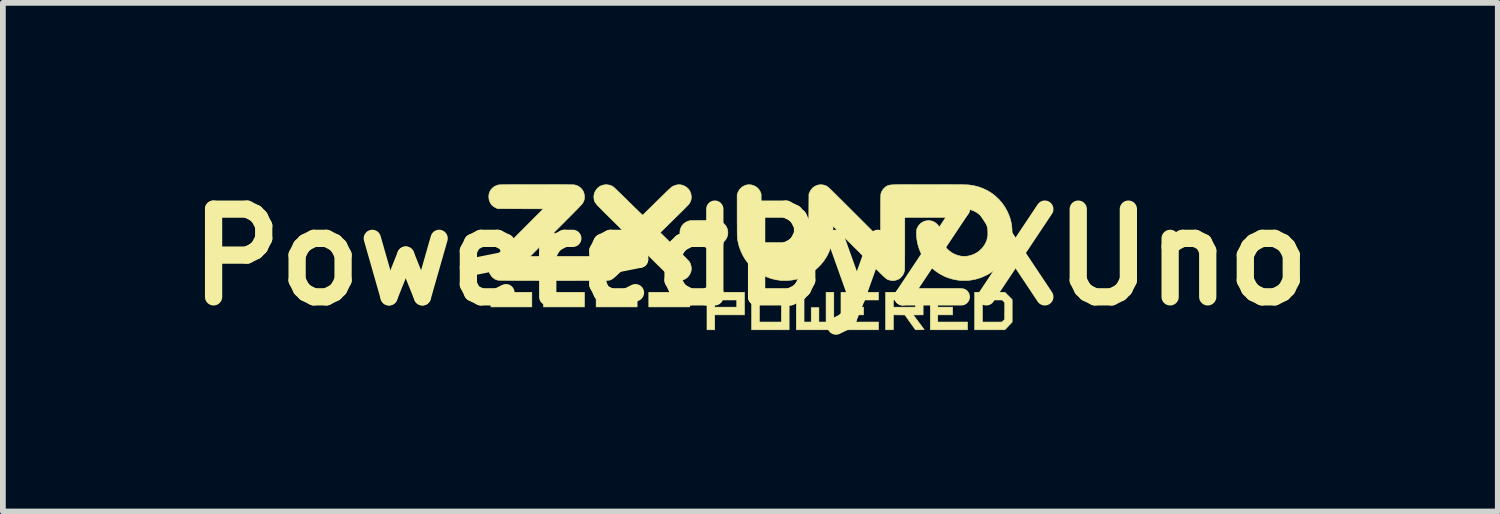
<source format=kicad_pcb>
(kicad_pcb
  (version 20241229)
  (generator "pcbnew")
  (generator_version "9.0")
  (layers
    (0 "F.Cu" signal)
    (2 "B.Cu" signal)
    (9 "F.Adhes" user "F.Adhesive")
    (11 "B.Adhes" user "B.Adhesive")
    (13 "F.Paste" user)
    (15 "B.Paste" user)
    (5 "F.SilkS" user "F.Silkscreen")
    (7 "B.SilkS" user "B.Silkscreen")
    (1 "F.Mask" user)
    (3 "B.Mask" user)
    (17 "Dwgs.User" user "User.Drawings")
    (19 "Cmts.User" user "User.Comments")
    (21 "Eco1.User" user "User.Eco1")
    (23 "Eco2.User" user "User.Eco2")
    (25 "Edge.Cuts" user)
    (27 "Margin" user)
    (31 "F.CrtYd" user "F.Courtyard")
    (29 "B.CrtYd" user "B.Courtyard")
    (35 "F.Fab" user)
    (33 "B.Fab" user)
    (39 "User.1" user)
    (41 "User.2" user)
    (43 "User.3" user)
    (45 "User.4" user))
  (footprint "PoweredByZXUno"
    (layer "F.Cu")
    (at 9.986 1.418)
    (property "Reference" "PoweredByZXUno" (at 0 0 0) (layer "F.SilkS") (effects (font (size 1.524 1.524) (thickness 0.3))))
    (attr through_hole)
    (fp_poly (pts (xy -3.796 0.864) (xy -4.507 0.864) (xy -4.507 0.61) (xy -3.796 0.61) (xy -3.796 0.864)) (stroke (width 0.01) (type solid)) (fill yes) (layer "F.SilkS"))
    (fp_poly (pts (xy -2.882 0.864) (xy -3.593 0.864) (xy -3.593 0.61) (xy -2.882 0.61) (xy -2.882 0.864)) (stroke (width 0.01) (type solid)) (fill yes) (layer "F.SilkS"))
    (fp_poly (pts (xy -1.967 0.864) (xy -2.679 0.864) (xy -2.679 0.61) (xy -1.967 0.61) (xy -1.967 0.864)) (stroke (width 0.01) (type solid)) (fill yes) (layer "F.SilkS"))
    (fp_poly (pts (xy -1.053 0.864) (xy -1.764 0.864) (xy -1.764 0.61) (xy -1.053 0.61) (xy -1.053 0.864)) (stroke (width 0.01) (type solid)) (fill yes) (layer "F.SilkS"))
    (fp_poly (pts (xy 0.674 1.261) (xy 0.023 1.261) (xy 0.023 0.744) (xy 0.157 0.744) (xy 0.157 1.127) (xy 0.54 1.127) (xy 0.54 0.744) (xy 0.157 0.744) (xy 0.023 0.744) (xy 0.023 0.61) (xy 0.674 0.61) (xy 0.674 1.261)) (stroke (width 0.01) (type solid)) (fill yes) (layer "F.SilkS"))
    (fp_poly (pts (xy 0.933 1.127) (xy 1.058 1.127) (xy 1.058 0.877) (xy 1.191 0.877) (xy 1.191 1.127) (xy 1.316 1.127) (xy 1.316 0.61) (xy 1.45 0.61) (xy 1.45 1.261) (xy 0.799 1.261) (xy 0.799 0.61) (xy 0.933 0.61) (xy 0.933 1.127)) (stroke (width 0.01) (type solid)) (fill yes) (layer "F.SilkS"))
    (fp_poly (pts (xy 2.226 0.744) (xy 1.709 0.744) (xy 1.709 0.868) (xy 1.967 0.868) (xy 1.967 1.002) (xy 1.709 1.002) (xy 1.709 1.127) (xy 2.226 1.127) (xy 2.226 1.261) (xy 1.575 1.261) (xy 1.575 0.61) (xy 2.226 0.61) (xy 2.226 0.744)) (stroke (width 0.01) (type solid)) (fill yes) (layer "F.SilkS"))
    (fp_poly (pts (xy 3.773 0.744) (xy 3.256 0.744) (xy 3.256 0.868) (xy 3.514 0.868) (xy 3.514 1.002) (xy 3.256 1.002) (xy 3.256 1.127) (xy 3.773 1.127) (xy 3.773 1.261) (xy 3.127 1.261) (xy 3.127 0.61) (xy 3.773 0.61) (xy 3.773 0.744)) (stroke (width 0.01) (type solid)) (fill yes) (layer "F.SilkS"))
    (fp_poly (pts (xy -0.102 1.002) (xy -0.619 1.002) (xy -0.619 1.261) (xy -0.753 1.261) (xy -0.753 0.744) (xy -0.619 0.744) (xy -0.619 0.868) (xy -0.236 0.868) (xy -0.236 0.744) (xy -0.619 0.744) (xy -0.753 0.744) (xy -0.753 0.61) (xy -0.102 0.61) (xy -0.102 1.002)) (stroke (width 0.01) (type solid)) (fill yes) (layer "F.SilkS"))
    (fp_poly (pts (xy 4.485 0.673) (xy 4.549 0.737) (xy 4.549 1.128) (xy 4.486 1.194) (xy 4.422 1.261) (xy 3.898 1.261) (xy 3.898 0.744) (xy 4.032 0.744) (xy 4.032 1.127) (xy 4.369 1.127) (xy 4.419 1.083) (xy 4.42 0.935) (xy 4.42 0.788) (xy 4.398 0.766) (xy 4.376 0.744) (xy 4.032 0.744) (xy 3.898 0.744) (xy 3.898 0.61) (xy 4.422 0.61) (xy 4.485 0.673)) (stroke (width 0.01) (type solid)) (fill yes) (layer "F.SilkS"))
    (fp_poly (pts (xy 3.002 1.002) (xy 2.916 1.003) (xy 2.83 1.004) (xy 2.925 1.13) (xy 2.948 1.16) (xy 2.968 1.188) (xy 2.986 1.212) (xy 3.001 1.232) (xy 3.012 1.247) (xy 3.019 1.256) (xy 3.02 1.259) (xy 3.016 1.259) (xy 3.004 1.26) (xy 2.986 1.26) (xy 2.963 1.261) (xy 2.945 1.261) (xy 2.869 1.261) (xy 2.685 1.004) (xy 2.585 1.003) (xy 2.485 1.002) (xy 2.485 1.261) (xy 2.351 1.261) (xy 2.351 0.744) (xy 2.485 0.744) (xy 2.485 0.868) (xy 2.868 0.868) (xy 2.868 0.744) (xy 2.485 0.744) (xy 2.351 0.744) (xy 2.351 0.61) (xy 3.002 0.61) (xy 3.002 1.002)) (stroke (width 0.01) (type solid)) (fill yes) (layer "F.SilkS"))
    (fp_poly (pts (xy -0.75 -0.637) (xy -0.705 -0.637) (xy -0.667 -0.637) (xy -0.636 -0.636) (xy -0.611 -0.636) (xy -0.591 -0.635) (xy -0.575 -0.634) (xy -0.563 -0.633) (xy -0.554 -0.631) (xy -0.55 -0.63) (xy -0.509 -0.616) (xy -0.473 -0.594) (xy -0.443 -0.566) (xy -0.418 -0.532) (xy -0.401 -0.493) (xy -0.392 -0.459) (xy -0.39 -0.417) (xy -0.396 -0.376) (xy -0.409 -0.338) (xy -0.43 -0.303) (xy -0.457 -0.272) (xy -0.489 -0.247) (xy -0.526 -0.229) (xy -0.55 -0.222) (xy -0.559 -0.221) (xy -0.577 -0.22) (xy -0.603 -0.219) (xy -0.637 -0.218) (xy -0.677 -0.218) (xy -0.723 -0.218) (xy -0.775 -0.217) (xy -0.81 -0.217) (xy -0.864 -0.217) (xy -0.91 -0.218) (xy -0.947 -0.218) (xy -0.978 -0.218) (xy -1.004 -0.218) (xy -1.023 -0.219) (xy -1.039 -0.22) (xy -1.051 -0.221) (xy -1.061 -0.222) (xy -1.068 -0.224) (xy -1.075 -0.225) (xy -1.077 -0.226) (xy -1.112 -0.24) (xy -1.141 -0.259) (xy -1.167 -0.283) (xy -1.194 -0.318) (xy -1.212 -0.355) (xy -1.222 -0.397) (xy -1.224 -0.425) (xy -1.22 -0.469) (xy -1.207 -0.51) (xy -1.188 -0.546) (xy -1.161 -0.578) (xy -1.128 -0.603) (xy -1.111 -0.612) (xy -1.091 -0.621) (xy -1.071 -0.628) (xy -1.054 -0.633) (xy -1.053 -0.633) (xy -1.043 -0.634) (xy -1.025 -0.635) (xy -0.999 -0.635) (xy -0.966 -0.636) (xy -0.928 -0.637) (xy -0.885 -0.637) (xy -0.837 -0.637) (xy -0.804 -0.637) (xy -0.75 -0.637)) (stroke (width 0.01) (type solid)) (fill yes) (layer "F.SilkS"))
    (fp_poly (pts (xy -3.644 -1.261) (xy -3.576 -1.261) (xy -3.51 -1.261) (xy -3.445 -1.26) (xy -3.384 -1.26) (xy -3.325 -1.26) (xy -3.271 -1.26) (xy -3.221 -1.259) (xy -3.176 -1.259) (xy -3.137 -1.258) (xy -3.105 -1.258) (xy -3.081 -1.257) (xy -3.064 -1.257) (xy -3.055 -1.256) (xy -3.014 -1.245) (xy -2.976 -1.225) (xy -2.943 -1.198) (xy -2.915 -1.165) (xy -2.914 -1.163) (xy -2.896 -1.129) (xy -2.886 -1.093) (xy -2.882 -1.052) (xy -2.883 -1.035) (xy -2.884 -1.013) (xy -2.887 -0.996) (xy -2.892 -0.98) (xy -2.9 -0.962) (xy -2.902 -0.958) (xy -2.905 -0.952) (xy -2.908 -0.947) (xy -2.911 -0.942) (xy -2.915 -0.936) (xy -2.92 -0.929) (xy -2.927 -0.92) (xy -2.936 -0.91) (xy -2.947 -0.898) (xy -2.961 -0.884) (xy -2.977 -0.866) (xy -2.997 -0.846) (xy -3.02 -0.822) (xy -3.047 -0.795) (xy -3.078 -0.763) (xy -3.114 -0.727) (xy -3.154 -0.687) (xy -3.2 -0.641) (xy -3.251 -0.589) (xy -3.309 -0.532) (xy -3.372 -0.468) (xy -3.373 -0.468) (xy -3.826 -0.014) (xy -2.598 -0.014) (xy -2.39 -0.218) (xy -2.353 -0.253) (xy -2.319 -0.287) (xy -2.287 -0.319) (xy -2.258 -0.347) (xy -2.233 -0.372) (xy -2.213 -0.393) (xy -2.196 -0.409) (xy -2.186 -0.419) (xy -2.181 -0.424) (xy -2.181 -0.425) (xy -2.184 -0.428) (xy -2.193 -0.438) (xy -2.208 -0.453) (xy -2.227 -0.473) (xy -2.252 -0.498) (xy -2.28 -0.526) (xy -2.312 -0.558) (xy -2.347 -0.593) (xy -2.385 -0.63) (xy -2.425 -0.669) (xy -2.431 -0.675) (xy -2.479 -0.723) (xy -2.522 -0.765) (xy -2.559 -0.802) (xy -2.59 -0.834) (xy -2.617 -0.861) (xy -2.639 -0.884) (xy -2.658 -0.904) (xy -2.673 -0.921) (xy -2.684 -0.936) (xy -2.694 -0.948) (xy -2.7 -0.96) (xy -2.705 -0.97) (xy -2.709 -0.981) (xy -2.712 -0.991) (xy -2.714 -1.002) (xy -2.716 -1.014) (xy -2.716 -1.014) (xy -2.719 -1.055) (xy -2.713 -1.096) (xy -2.699 -1.135) (xy -2.678 -1.171) (xy -2.651 -1.202) (xy -2.618 -1.228) (xy -2.603 -1.236) (xy -2.566 -1.25) (xy -2.525 -1.258) (xy -2.484 -1.258) (xy -2.443 -1.251) (xy -2.406 -1.237) (xy -2.382 -1.222) (xy -2.375 -1.217) (xy -2.362 -1.205) (xy -2.344 -1.188) (xy -2.321 -1.166) (xy -2.294 -1.14) (xy -2.263 -1.11) (xy -2.229 -1.077) (xy -2.192 -1.041) (xy -2.154 -1.004) (xy -2.118 -0.968) (xy -2.078 -0.929) (xy -2.041 -0.893) (xy -2.006 -0.858) (xy -1.973 -0.827) (xy -1.945 -0.799) (xy -1.92 -0.776) (xy -1.9 -0.756) (xy -1.884 -0.742) (xy -1.874 -0.733) (xy -1.871 -0.73) (xy -1.867 -0.734) (xy -1.857 -0.743) (xy -1.841 -0.758) (xy -1.821 -0.778) (xy -1.796 -0.802) (xy -1.767 -0.831) (xy -1.734 -0.862) (xy -1.699 -0.897) (xy -1.661 -0.934) (xy -1.622 -0.973) (xy -1.619 -0.975) (xy -1.573 -1.021) (xy -1.532 -1.061) (xy -1.497 -1.095) (xy -1.468 -1.124) (xy -1.442 -1.148) (xy -1.421 -1.169) (xy -1.403 -1.185) (xy -1.389 -1.198) (xy -1.377 -1.209) (xy -1.367 -1.217) (xy -1.358 -1.223) (xy -1.351 -1.228) (xy -1.344 -1.232) (xy -1.338 -1.235) (xy -1.295 -1.251) (xy -1.252 -1.259) (xy -1.208 -1.257) (xy -1.166 -1.246) (xy -1.142 -1.235) (xy -1.104 -1.211) (xy -1.073 -1.182) (xy -1.05 -1.147) (xy -1.034 -1.108) (xy -1.027 -1.065) (xy -1.026 -1.034) (xy -1.028 -1.011) (xy -1.032 -0.993) (xy -1.037 -0.976) (xy -1.046 -0.958) (xy -1.049 -0.95) (xy -1.053 -0.942) (xy -1.058 -0.935) (xy -1.064 -0.927) (xy -1.072 -0.917) (xy -1.083 -0.905) (xy -1.096 -0.891) (xy -1.113 -0.874) (xy -1.134 -0.852) (xy -1.159 -0.827) (xy -1.19 -0.796) (xy -1.227 -0.76) (xy -1.248 -0.739) (xy -1.285 -0.703) (xy -1.322 -0.667) (xy -1.358 -0.631) (xy -1.393 -0.597) (xy -1.424 -0.566) (xy -1.453 -0.538) (xy -1.476 -0.515) (xy -1.495 -0.497) (xy -1.5 -0.492) (xy -1.566 -0.427) (xy -1.318 -0.182) (xy -1.278 -0.142) (xy -1.239 -0.104) (xy -1.203 -0.068) (xy -1.169 -0.034) (xy -1.139 -0.004) (xy -1.113 0.023) (xy -1.091 0.046) (xy -1.074 0.064) (xy -1.062 0.076) (xy -1.057 0.083) (xy -1.057 0.083) (xy -1.04 0.117) (xy -1.03 0.155) (xy -1.025 0.195) (xy -1.028 0.234) (xy -1.03 0.244) (xy -1.042 0.278) (xy -1.061 0.312) (xy -1.085 0.342) (xy -1.113 0.367) (xy -1.135 0.38) (xy -1.177 0.397) (xy -1.22 0.405) (xy -1.263 0.405) (xy -1.305 0.397) (xy -1.344 0.38) (xy -1.361 0.371) (xy -1.367 0.365) (xy -1.38 0.354) (xy -1.398 0.337) (xy -1.42 0.316) (xy -1.447 0.29) (xy -1.478 0.26) (xy -1.512 0.227) (xy -1.549 0.192) (xy -1.587 0.154) (xy -1.626 0.116) (xy -1.871 -0.126) (xy -1.921 -0.077) (xy -1.985 -0.014) (xy -2.044 0.044) (xy -2.096 0.096) (xy -2.144 0.142) (xy -2.186 0.183) (xy -2.223 0.219) (xy -2.256 0.251) (xy -2.284 0.279) (xy -2.309 0.302) (xy -2.331 0.322) (xy -2.35 0.339) (xy -2.366 0.353) (xy -2.379 0.364) (xy -2.391 0.373) (xy -2.402 0.38) (xy -2.411 0.386) (xy -2.419 0.39) (xy -2.427 0.393) (xy -2.434 0.396) (xy -2.442 0.398) (xy -2.449 0.4) (xy -2.457 0.401) (xy -2.473 0.402) (xy -2.498 0.402) (xy -2.53 0.403) (xy -2.569 0.404) (xy -2.615 0.404) (xy -2.667 0.405) (xy -2.725 0.405) (xy -2.787 0.405) (xy -2.854 0.406) (xy -2.924 0.406) (xy -2.998 0.406) (xy -3.075 0.407) (xy -3.154 0.407) (xy -3.235 0.407) (xy -3.317 0.407) (xy -3.399 0.407) (xy -3.482 0.407) (xy -3.565 0.407) (xy -3.646 0.407) (xy -3.726 0.406) (xy -3.804 0.406) (xy -3.88 0.406) (xy -3.952 0.405) (xy -4.021 0.405) (xy -4.085 0.405) (xy -4.145 0.404) (xy -4.2 0.404) (xy -4.249 0.403) (xy -4.292 0.402) (xy -4.327 0.402) (xy -4.356 0.401) (xy -4.376 0.4) (xy -4.389 0.4) (xy -4.391 0.399) (xy -4.432 0.384) (xy -4.467 0.36) (xy -4.497 0.33) (xy -4.522 0.292) (xy -4.525 0.287) (xy -4.532 0.272) (xy -4.537 0.26) (xy -4.54 0.249) (xy -4.541 0.236) (xy -4.542 0.218) (xy -4.542 0.197) (xy -4.542 0.185) (xy -4.543 0.174) (xy -4.543 0.165) (xy -4.543 0.156) (xy -4.542 0.147) (xy -4.54 0.139) (xy -4.537 0.129) (xy -4.532 0.119) (xy -4.526 0.108) (xy -4.517 0.095) (xy -4.506 0.081) (xy -4.491 0.064) (xy -4.474 0.045) (xy -4.453 0.022) (xy -4.429 -0.004) (xy -4.401 -0.033) (xy -4.368 -0.066) (xy -4.33 -0.104) (xy -4.288 -0.147) (xy -4.24 -0.195) (xy -4.187 -0.248) (xy -4.128 -0.307) (xy -4.063 -0.372) (xy -4.055 -0.38) (xy -3.596 -0.84) (xy -4.39 -0.843) (xy -4.422 -0.858) (xy -4.456 -0.877) (xy -4.483 -0.898) (xy -4.505 -0.924) (xy -4.51 -0.931) (xy -4.529 -0.968) (xy -4.54 -1.007) (xy -4.544 -1.049) (xy -4.541 -1.09) (xy -4.53 -1.129) (xy -4.512 -1.165) (xy -4.485 -1.197) (xy -4.453 -1.223) (xy -4.415 -1.243) (xy -4.376 -1.255) (xy -4.371 -1.256) (xy -4.362 -1.257) (xy -4.345 -1.257) (xy -4.32 -1.258) (xy -4.288 -1.258) (xy -4.249 -1.259) (xy -4.205 -1.259) (xy -4.155 -1.26) (xy -4.1 -1.26) (xy -4.041 -1.26) (xy -3.98 -1.26) (xy -3.915 -1.261) (xy -3.849 -1.261) (xy -3.781 -1.261) (xy -3.712 -1.261) (xy -3.644 -1.261)) (stroke (width 0.01) (type solid)) (fill yes) (layer "F.SilkS"))
    (fp_poly (pts (xy 3.19 -1.261) (xy 3.278 -1.261) (xy 3.36 -1.26) (xy 3.436 -1.26) (xy 3.506 -1.26) (xy 3.569 -1.259) (xy 3.624 -1.259) (xy 3.673 -1.259) (xy 3.713 -1.258) (xy 3.745 -1.257) (xy 3.769 -1.257) (xy 3.784 -1.256) (xy 3.787 -1.256) (xy 3.874 -1.244) (xy 3.959 -1.223) (xy 4.04 -1.194) (xy 4.116 -1.158) (xy 4.189 -1.114) (xy 4.256 -1.062) (xy 4.318 -1.004) (xy 4.374 -0.94) (xy 4.423 -0.869) (xy 4.466 -0.792) (xy 4.468 -0.787) (xy 4.499 -0.715) (xy 4.522 -0.642) (xy 4.538 -0.567) (xy 4.546 -0.489) (xy 4.548 -0.406) (xy 4.548 -0.399) (xy 4.543 -0.325) (xy 4.533 -0.257) (xy 4.517 -0.191) (xy 4.495 -0.127) (xy 4.468 -0.066) (xy 4.437 -0.006) (xy 4.402 0.049) (xy 4.363 0.1) (xy 4.317 0.151) (xy 4.29 0.178) (xy 4.239 0.223) (xy 4.188 0.261) (xy 4.133 0.295) (xy 4.089 0.318) (xy 4.008 0.354) (xy 3.925 0.38) (xy 3.841 0.397) (xy 3.756 0.406) (xy 3.67 0.406) (xy 3.585 0.396) (xy 3.501 0.378) (xy 3.418 0.351) (xy 3.357 0.325) (xy 3.284 0.285) (xy 3.215 0.238) (xy 3.152 0.185) (xy 3.094 0.126) (xy 3.043 0.061) (xy 2.998 -0.007) (xy 2.96 -0.079) (xy 2.93 -0.155) (xy 2.907 -0.233) (xy 2.893 -0.312) (xy 2.887 -0.393) (xy 2.887 -0.422) (xy 2.888 -0.447) (xy 2.889 -0.465) (xy 2.891 -0.479) (xy 2.894 -0.49) (xy 2.898 -0.502) (xy 2.905 -0.516) (xy 2.906 -0.518) (xy 2.929 -0.555) (xy 2.958 -0.586) (xy 2.992 -0.609) (xy 3.029 -0.626) (xy 3.069 -0.634) (xy 3.111 -0.635) (xy 3.153 -0.628) (xy 3.189 -0.614) (xy 3.212 -0.6) (xy 3.236 -0.581) (xy 3.258 -0.559) (xy 3.274 -0.537) (xy 3.275 -0.536) (xy 3.286 -0.514) (xy 3.295 -0.489) (xy 3.301 -0.458) (xy 3.305 -0.421) (xy 3.306 -0.41) (xy 3.31 -0.372) (xy 3.315 -0.341) (xy 3.321 -0.314) (xy 3.33 -0.287) (xy 3.342 -0.259) (xy 3.344 -0.255) (xy 3.374 -0.202) (xy 3.41 -0.154) (xy 3.453 -0.112) (xy 3.5 -0.077) (xy 3.552 -0.05) (xy 3.608 -0.029) (xy 3.666 -0.017) (xy 3.718 -0.014) (xy 3.777 -0.018) (xy 3.834 -0.032) (xy 3.89 -0.053) (xy 3.941 -0.081) (xy 3.988 -0.117) (xy 4.03 -0.159) (xy 4.066 -0.207) (xy 4.086 -0.242) (xy 4.106 -0.287) (xy 4.118 -0.332) (xy 4.126 -0.379) (xy 4.127 -0.407) (xy 4.126 -0.468) (xy 4.117 -0.525) (xy 4.1 -0.579) (xy 4.075 -0.63) (xy 4.065 -0.647) (xy 4.027 -0.697) (xy 3.983 -0.74) (xy 3.933 -0.777) (xy 3.878 -0.806) (xy 3.817 -0.828) (xy 3.817 -0.828) (xy 3.78 -0.838) (xy 2.683 -0.841) (xy 2.683 -0.315) (xy 2.683 -0.225) (xy 2.683 -0.142) (xy 2.683 -0.067) (xy 2.682 0.000236) (xy 2.682 0.059) (xy 2.682 0.111) (xy 2.681 0.153) (xy 2.681 0.187) (xy 2.68 0.213) (xy 2.679 0.229) (xy 2.678 0.236) (xy 2.668 0.272) (xy 2.651 0.306) (xy 2.628 0.338) (xy 2.602 0.364) (xy 2.578 0.38) (xy 2.537 0.397) (xy 2.495 0.406) (xy 2.452 0.405) (xy 2.409 0.396) (xy 2.388 0.388) (xy 2.383 0.386) (xy 2.378 0.383) (xy 2.373 0.38) (xy 2.367 0.377) (xy 2.361 0.372) (xy 2.353 0.365) (xy 2.343 0.357) (xy 2.332 0.347) (xy 2.318 0.334) (xy 2.302 0.319) (xy 2.282 0.3) (xy 2.26 0.278) (xy 2.233 0.252) (xy 2.203 0.222) (xy 2.168 0.187) (xy 2.128 0.148) (xy 2.084 0.104) (xy 2.034 0.054) (xy 1.978 -0.002) (xy 1.916 -0.063) (xy 1.895 -0.085) (xy 1.436 -0.542) (xy 1.436 -0.459) (xy 1.435 -0.396) (xy 1.431 -0.34) (xy 1.425 -0.288) (xy 1.415 -0.238) (xy 1.402 -0.188) (xy 1.392 -0.158) (xy 1.361 -0.079) (xy 1.322 -0.004) (xy 1.275 0.067) (xy 1.221 0.133) (xy 1.161 0.193) (xy 1.095 0.246) (xy 1.025 0.293) (xy 0.968 0.323) (xy 0.887 0.357) (xy 0.805 0.382) (xy 0.721 0.398) (xy 0.636 0.405) (xy 0.599 0.406) (xy 0.575 0.405) (xy 0.553 0.405) (xy 0.536 0.404) (xy 0.525 0.403) (xy 0.524 0.403) (xy 0.449 0.392) (xy 0.38 0.376) (xy 0.315 0.355) (xy 0.25 0.328) (xy 0.228 0.317) (xy 0.152 0.274) (xy 0.083 0.224) (xy 0.019 0.168) (xy -0.038 0.105) (xy -0.089 0.037) (xy -0.132 -0.036) (xy -0.168 -0.114) (xy -0.197 -0.196) (xy -0.217 -0.281) (xy -0.22 -0.301) (xy -0.222 -0.311) (xy -0.223 -0.322) (xy -0.224 -0.334) (xy -0.225 -0.348) (xy -0.226 -0.365) (xy -0.227 -0.384) (xy -0.227 -0.408) (xy -0.228 -0.436) (xy -0.228 -0.47) (xy -0.228 -0.51) (xy -0.228 -0.556) (xy -0.229 -0.61) (xy -0.229 -0.671) (xy -0.229 -0.72) (xy -0.229 -1.088) (xy -0.218 -1.118) (xy -0.198 -1.158) (xy -0.173 -1.192) (xy -0.142 -1.219) (xy -0.107 -1.24) (xy -0.068 -1.254) (xy -0.027 -1.259) (xy 0.016 -1.256) (xy 0.021 -1.255) (xy 0.064 -1.241) (xy 0.102 -1.221) (xy 0.135 -1.193) (xy 0.161 -1.159) (xy 0.176 -1.128) (xy 0.187 -1.101) (xy 0.19 -0.734) (xy 0.19 -0.667) (xy 0.19 -0.609) (xy 0.191 -0.559) (xy 0.191 -0.515) (xy 0.192 -0.479) (xy 0.192 -0.448) (xy 0.193 -0.423) (xy 0.193 -0.402) (xy 0.194 -0.385) (xy 0.195 -0.372) (xy 0.196 -0.361) (xy 0.197 -0.353) (xy 0.199 -0.345) (xy 0.2 -0.338) (xy 0.202 -0.332) (xy 0.202 -0.331) (xy 0.224 -0.269) (xy 0.252 -0.213) (xy 0.288 -0.163) (xy 0.329 -0.119) (xy 0.377 -0.083) (xy 0.431 -0.053) (xy 0.491 -0.03) (xy 0.493 -0.029) (xy 0.511 -0.024) (xy 0.527 -0.021) (xy 0.543 -0.019) (xy 0.563 -0.017) (xy 0.588 -0.017) (xy 0.6 -0.017) (xy 0.63 -0.017) (xy 0.652 -0.017) (xy 0.671 -0.019) (xy 0.688 -0.022) (xy 0.704 -0.026) (xy 0.764 -0.047) (xy 0.819 -0.076) (xy 0.868 -0.111) (xy 0.912 -0.154) (xy 0.949 -0.202) (xy 0.979 -0.257) (xy 1.001 -0.316) (xy 1.003 -0.323) (xy 1.005 -0.33) (xy 1.007 -0.336) (xy 1.008 -0.343) (xy 1.009 -0.352) (xy 1.01 -0.362) (xy 1.011 -0.375) (xy 1.012 -0.391) (xy 1.013 -0.412) (xy 1.013 -0.436) (xy 1.014 -0.466) (xy 1.014 -0.502) (xy 1.015 -0.545) (xy 1.015 -0.594) (xy 1.015 -0.651) (xy 1.016 -0.717) (xy 1.016 -0.727) (xy 1.018 -1.097) (xy 1.029 -1.123) (xy 1.049 -1.162) (xy 1.076 -1.196) (xy 1.108 -1.223) (xy 1.144 -1.242) (xy 1.183 -1.255) (xy 1.224 -1.259) (xy 1.266 -1.255) (xy 1.308 -1.243) (xy 1.321 -1.237) (xy 1.325 -1.235) (xy 1.33 -1.232) (xy 1.336 -1.227) (xy 1.343 -1.222) (xy 1.352 -1.215) (xy 1.363 -1.205) (xy 1.375 -1.194) (xy 1.391 -1.18) (xy 1.409 -1.162) (xy 1.43 -1.142) (xy 1.455 -1.117) (xy 1.484 -1.089) (xy 1.517 -1.056) (xy 1.554 -1.019) (xy 1.597 -0.977) (xy 1.644 -0.929) (xy 1.698 -0.876) (xy 1.757 -0.817) (xy 1.807 -0.767) (xy 2.263 -0.312) (xy 2.263 -0.695) (xy 2.263 -0.769) (xy 2.263 -0.836) (xy 2.264 -0.896) (xy 2.264 -0.949) (xy 2.264 -0.995) (xy 2.265 -1.033) (xy 2.266 -1.063) (xy 2.267 -1.084) (xy 2.267 -1.096) (xy 2.268 -1.099) (xy 2.28 -1.134) (xy 2.299 -1.167) (xy 2.324 -1.198) (xy 2.353 -1.223) (xy 2.373 -1.235) (xy 2.38 -1.239) (xy 2.387 -1.242) (xy 2.393 -1.245) (xy 2.4 -1.247) (xy 2.408 -1.249) (xy 2.417 -1.251) (xy 2.428 -1.253) (xy 2.441 -1.255) (xy 2.458 -1.256) (xy 2.477 -1.257) (xy 2.501 -1.258) (xy 2.529 -1.259) (xy 2.561 -1.259) (xy 2.599 -1.26) (xy 2.642 -1.26) (xy 2.692 -1.26) (xy 2.748 -1.26) (xy 2.811 -1.261) (xy 2.882 -1.261) (xy 2.961 -1.261) (xy 3.048 -1.261) (xy 3.096 -1.261) (xy 3.19 -1.261)) (stroke (width 0.01) (type solid)) (fill yes) (layer "F.SilkS")))
  (gr_rect
    (start -3 -3)
    (end 22.972 5.836)
    (stroke (width 0.1) (type default))
    (fill no)
    (layer "Edge.Cuts")))
</source>
